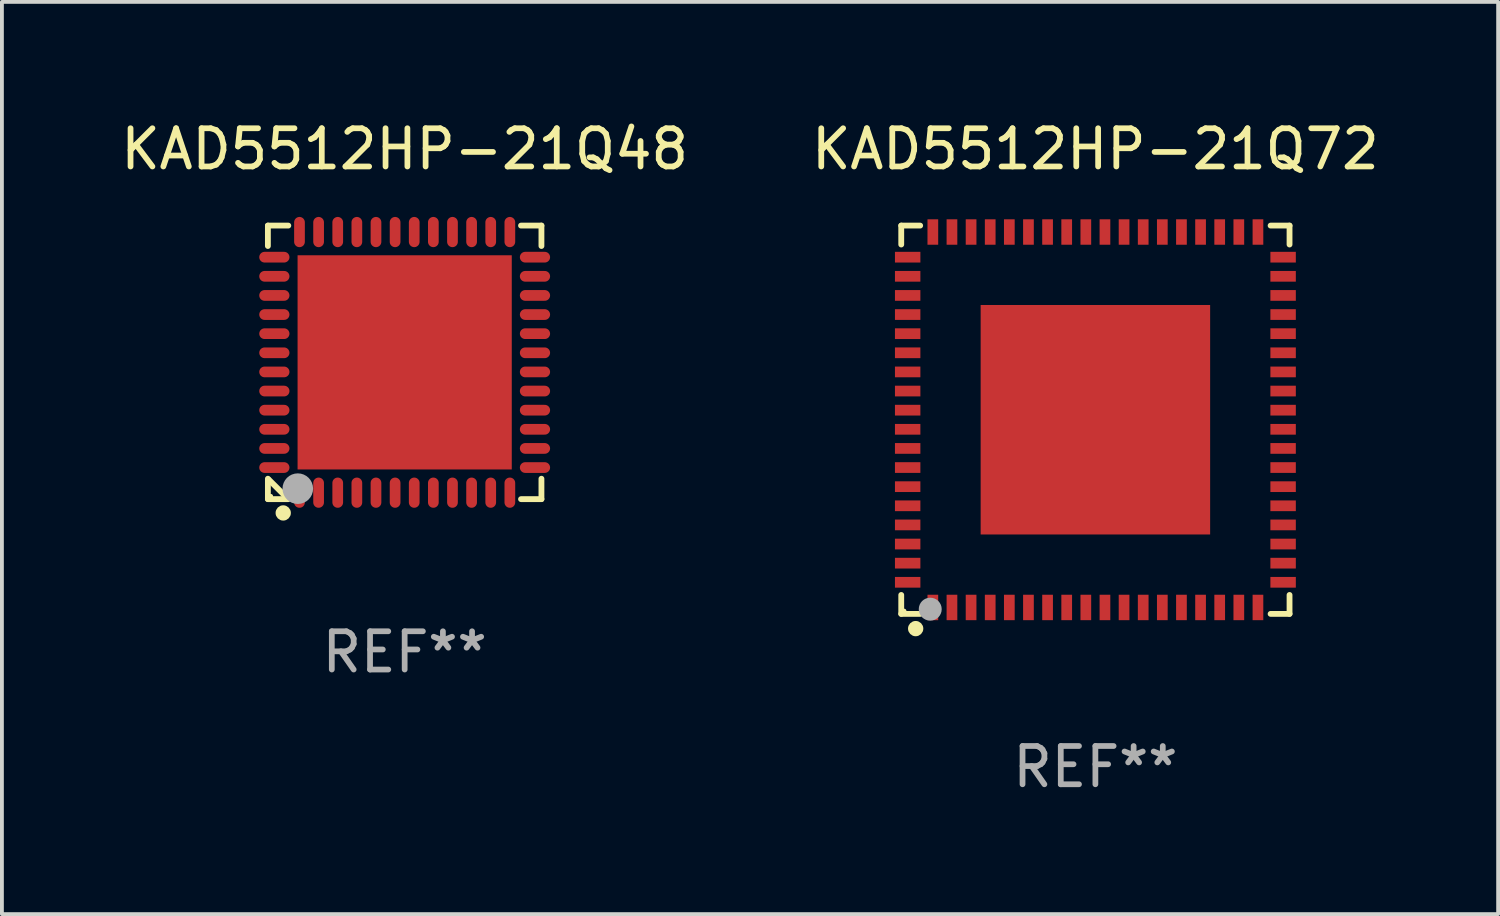
<source format=kicad_pcb>
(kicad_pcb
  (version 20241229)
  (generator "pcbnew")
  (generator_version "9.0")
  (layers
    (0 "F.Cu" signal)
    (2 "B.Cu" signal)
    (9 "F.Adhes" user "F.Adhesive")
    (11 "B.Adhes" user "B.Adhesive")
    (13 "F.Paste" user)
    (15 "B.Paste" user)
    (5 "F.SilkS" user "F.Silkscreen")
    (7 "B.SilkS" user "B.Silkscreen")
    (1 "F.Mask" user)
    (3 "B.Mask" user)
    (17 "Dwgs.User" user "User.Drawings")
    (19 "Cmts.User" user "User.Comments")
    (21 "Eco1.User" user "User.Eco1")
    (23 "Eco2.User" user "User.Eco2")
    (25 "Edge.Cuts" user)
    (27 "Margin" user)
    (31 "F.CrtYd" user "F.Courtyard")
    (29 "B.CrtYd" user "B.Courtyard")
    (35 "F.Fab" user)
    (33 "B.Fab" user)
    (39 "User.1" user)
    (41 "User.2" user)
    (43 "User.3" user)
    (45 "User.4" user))
  (footprint "KAD5512HP-21Q48"
    (layer "F.Cu")
    (at 7.53 6.424)
    (property "Reference" "KAD5512HP-21Q48" (at 0 -5.576 0) (layer "F.SilkS") (effects (font (size 1 1) (thickness 0.15))))
    (attr through_hole)
    (fp_line (start -3.576 -3.576) (end -3.576 -3.042) (stroke (width 0.152) (type solid)) (layer "F.SilkS"))
    (fp_line (start -3.576 3.576) (end -3.576 3.042) (stroke (width 0.152) (type solid)) (layer "F.SilkS"))
    (fp_line (start -3.069 3.549) (end -3.549 3.069) (stroke (width 0.152) (type solid)) (layer "F.SilkS"))
    (fp_line (start -3.042 -3.576) (end -3.576 -3.576) (stroke (width 0.152) (type solid)) (layer "F.SilkS"))
    (fp_line (start -3.042 3.576) (end -3.576 3.576) (stroke (width 0.152) (type solid)) (layer "F.SilkS"))
    (fp_line (start 3.042 -3.576) (end 3.576 -3.576) (stroke (width 0.152) (type solid)) (layer "F.SilkS"))
    (fp_line (start 3.042 3.576) (end 3.576 3.576) (stroke (width 0.152) (type solid)) (layer "F.SilkS"))
    (fp_line (start 3.576 -3.576) (end 3.576 -3.042) (stroke (width 0.152) (type solid)) (layer "F.SilkS"))
    (fp_line (start 3.576 3.576) (end 3.576 3.042) (stroke (width 0.152) (type solid)) (layer "F.SilkS"))
    (fp_circle (center -3.5 3.5) (end -3.47 3.5) (stroke (width 0.06) (type solid)) (fill no) (layer "F.SilkS"))
    (fp_circle (center -3.175 3.937) (end -3.075 3.937) (stroke (width 0.2) (type solid)) (fill no) (layer "F.SilkS"))
    (fp_circle (center -2.794 3.302) (end -2.594 3.302) (stroke (width 0.4) (type solid)) (fill no) (layer "F.Fab"))
    (fp_text user "REF**" (at 0 7.576 0) (layer "F.Fab") (effects (font (size 1 1) (thickness 0.15))))
    (pad "1" smd oval (at -2.75 3.407) (size 0.28 0.79) (layers "F.Cu" "F.Mask" "F.Paste"))
    (pad "2" smd oval (at -2.25 3.407) (size 0.28 0.79) (layers "F.Cu" "F.Mask" "F.Paste"))
    (pad "3" smd oval (at -1.75 3.407) (size 0.28 0.79) (layers "F.Cu" "F.Mask" "F.Paste"))
    (pad "4" smd oval (at -1.25 3.407) (size 0.28 0.79) (layers "F.Cu" "F.Mask" "F.Paste"))
    (pad "5" smd oval (at -0.75 3.407) (size 0.28 0.79) (layers "F.Cu" "F.Mask" "F.Paste"))
    (pad "6" smd oval (at -0.25 3.407) (size 0.28 0.79) (layers "F.Cu" "F.Mask" "F.Paste"))
    (pad "7" smd oval (at 0.25 3.407) (size 0.28 0.79) (layers "F.Cu" "F.Mask" "F.Paste"))
    (pad "8" smd oval (at 0.75 3.407) (size 0.28 0.79) (layers "F.Cu" "F.Mask" "F.Paste"))
    (pad "9" smd oval (at 1.25 3.407) (size 0.28 0.79) (layers "F.Cu" "F.Mask" "F.Paste"))
    (pad "10" smd oval (at 1.75 3.407) (size 0.28 0.79) (layers "F.Cu" "F.Mask" "F.Paste"))
    (pad "11" smd oval (at 2.25 3.407) (size 0.28 0.79) (layers "F.Cu" "F.Mask" "F.Paste"))
    (pad "12" smd oval (at 2.75 3.407) (size 0.28 0.79) (layers "F.Cu" "F.Mask" "F.Paste"))
    (pad "13" smd oval (at 3.407 2.75) (size 0.79 0.28) (layers "F.Cu" "F.Mask" "F.Paste"))
    (pad "14" smd oval (at 3.407 2.25) (size 0.79 0.28) (layers "F.Cu" "F.Mask" "F.Paste"))
    (pad "15" smd oval (at 3.407 1.75) (size 0.79 0.28) (layers "F.Cu" "F.Mask" "F.Paste"))
    (pad "16" smd oval (at 3.407 1.25) (size 0.79 0.28) (layers "F.Cu" "F.Mask" "F.Paste"))
    (pad "17" smd oval (at 3.407 0.75) (size 0.79 0.28) (layers "F.Cu" "F.Mask" "F.Paste"))
    (pad "18" smd oval (at 3.407 0.25) (size 0.79 0.28) (layers "F.Cu" "F.Mask" "F.Paste"))
    (pad "19" smd oval (at 3.407 -0.25) (size 0.79 0.28) (layers "F.Cu" "F.Mask" "F.Paste"))
    (pad "20" smd oval (at 3.407 -0.75) (size 0.79 0.28) (layers "F.Cu" "F.Mask" "F.Paste"))
    (pad "21" smd oval (at 3.407 -1.25) (size 0.79 0.28) (layers "F.Cu" "F.Mask" "F.Paste"))
    (pad "22" smd oval (at 3.407 -1.75) (size 0.79 0.28) (layers "F.Cu" "F.Mask" "F.Paste"))
    (pad "23" smd oval (at 3.407 -2.25) (size 0.79 0.28) (layers "F.Cu" "F.Mask" "F.Paste"))
    (pad "24" smd oval (at 3.407 -2.75) (size 0.79 0.28) (layers "F.Cu" "F.Mask" "F.Paste"))
    (pad "25" smd oval (at 2.75 -3.407) (size 0.28 0.79) (layers "F.Cu" "F.Mask" "F.Paste"))
    (pad "26" smd oval (at 2.25 -3.407) (size 0.28 0.79) (layers "F.Cu" "F.Mask" "F.Paste"))
    (pad "27" smd oval (at 1.75 -3.407) (size 0.28 0.79) (layers "F.Cu" "F.Mask" "F.Paste"))
    (pad "28" smd oval (at 1.25 -3.407) (size 0.28 0.79) (layers "F.Cu" "F.Mask" "F.Paste"))
    (pad "29" smd oval (at 0.75 -3.407) (size 0.28 0.79) (layers "F.Cu" "F.Mask" "F.Paste"))
    (pad "30" smd oval (at 0.25 -3.407) (size 0.28 0.79) (layers "F.Cu" "F.Mask" "F.Paste"))
    (pad "31" smd oval (at -0.25 -3.407) (size 0.28 0.79) (layers "F.Cu" "F.Mask" "F.Paste"))
    (pad "32" smd oval (at -0.75 -3.407) (size 0.28 0.79) (layers "F.Cu" "F.Mask" "F.Paste"))
    (pad "33" smd oval (at -1.25 -3.407) (size 0.28 0.79) (layers "F.Cu" "F.Mask" "F.Paste"))
    (pad "34" smd oval (at -1.75 -3.407) (size 0.28 0.79) (layers "F.Cu" "F.Mask" "F.Paste"))
    (pad "35" smd oval (at -2.25 -3.407) (size 0.28 0.79) (layers "F.Cu" "F.Mask" "F.Paste"))
    (pad "36" smd oval (at -2.75 -3.407) (size 0.28 0.79) (layers "F.Cu" "F.Mask" "F.Paste"))
    (pad "37" smd oval (at -3.407 -2.75) (size 0.79 0.28) (layers "F.Cu" "F.Mask" "F.Paste"))
    (pad "38" smd oval (at -3.407 -2.25) (size 0.79 0.28) (layers "F.Cu" "F.Mask" "F.Paste"))
    (pad "39" smd oval (at -3.407 -1.75) (size 0.79 0.28) (layers "F.Cu" "F.Mask" "F.Paste"))
    (pad "40" smd oval (at -3.407 -1.25) (size 0.79 0.28) (layers "F.Cu" "F.Mask" "F.Paste"))
    (pad "41" smd oval (at -3.407 -0.75) (size 0.79 0.28) (layers "F.Cu" "F.Mask" "F.Paste"))
    (pad "42" smd oval (at -3.407 -0.25) (size 0.79 0.28) (layers "F.Cu" "F.Mask" "F.Paste"))
    (pad "43" smd oval (at -3.407 0.25) (size 0.79 0.28) (layers "F.Cu" "F.Mask" "F.Paste"))
    (pad "44" smd oval (at -3.407 0.75) (size 0.79 0.28) (layers "F.Cu" "F.Mask" "F.Paste"))
    (pad "45" smd oval (at -3.407 1.25) (size 0.79 0.28) (layers "F.Cu" "F.Mask" "F.Paste"))
    (pad "46" smd oval (at -3.407 1.75) (size 0.79 0.28) (layers "F.Cu" "F.Mask" "F.Paste"))
    (pad "47" smd oval (at -3.407 2.25) (size 0.79 0.28) (layers "F.Cu" "F.Mask" "F.Paste"))
    (pad "48" smd oval (at -3.407 2.75) (size 0.79 0.28) (layers "F.Cu" "F.Mask" "F.Paste"))
    (pad "49" smd rect (at 0 0) (size 5.6 5.6) (layers "F.Cu" "F.Mask" "F.Paste")))
  (footprint "KAD5512HP-21Q72"
    (layer "F.Cu")
    (at 25.589 7.924)
    (property "Reference" "KAD5512HP-21Q72" (at 0 -7.076 0) (layer "F.SilkS") (effects (font (size 1 1) (thickness 0.15))))
    (attr through_hole)
    (fp_line (start -5.076 -5.076) (end -4.581 -5.076) (stroke (width 0.152) (type solid)) (layer "F.SilkS"))
    (fp_line (start -5.076 -4.581) (end -5.076 -5.076) (stroke (width 0.152) (type solid)) (layer "F.SilkS"))
    (fp_line (start -5.076 4.581) (end -5.076 5.076) (stroke (width 0.152) (type solid)) (layer "F.SilkS"))
    (fp_line (start -5.076 5.076) (end -4.581 5.076) (stroke (width 0.152) (type solid)) (layer "F.SilkS"))
    (fp_line (start 5.076 -5.076) (end 4.581 -5.076) (stroke (width 0.152) (type solid)) (layer "F.SilkS"))
    (fp_line (start 5.076 -4.581) (end 5.076 -5.076) (stroke (width 0.152) (type solid)) (layer "F.SilkS"))
    (fp_line (start 5.076 4.581) (end 5.076 5.076) (stroke (width 0.152) (type solid)) (layer "F.SilkS"))
    (fp_line (start 5.076 5.076) (end 4.581 5.076) (stroke (width 0.152) (type solid)) (layer "F.SilkS"))
    (fp_circle (center -5 5) (end -4.97 5) (stroke (width 0.06) (type solid)) (fill no) (layer "F.SilkS"))
    (fp_circle (center -4.699 5.461) (end -4.599 5.461) (stroke (width 0.2) (type solid)) (fill no) (layer "F.SilkS"))
    (fp_circle (center -4.318 4.953) (end -4.168 4.953) (stroke (width 0.3) (type solid)) (fill no) (layer "F.Fab"))
    (fp_text user "REF**" (at 0 9.076 0) (layer "F.Fab") (effects (font (size 1 1) (thickness 0.15))))
    (pad "1" smd rect (at -4.25 4.908) (size 0.28 0.665) (layers "F.Cu" "F.Mask" "F.Paste"))
    (pad "2" smd rect (at -3.75 4.908) (size 0.28 0.665) (layers "F.Cu" "F.Mask" "F.Paste"))
    (pad "3" smd rect (at -3.25 4.908) (size 0.28 0.665) (layers "F.Cu" "F.Mask" "F.Paste"))
    (pad "4" smd rect (at -2.75 4.908) (size 0.28 0.665) (layers "F.Cu" "F.Mask" "F.Paste"))
    (pad "5" smd rect (at -2.25 4.908) (size 0.28 0.665) (layers "F.Cu" "F.Mask" "F.Paste"))
    (pad "6" smd rect (at -1.75 4.908) (size 0.28 0.665) (layers "F.Cu" "F.Mask" "F.Paste"))
    (pad "7" smd rect (at -1.25 4.908) (size 0.28 0.665) (layers "F.Cu" "F.Mask" "F.Paste"))
    (pad "8" smd rect (at -0.75 4.908) (size 0.28 0.665) (layers "F.Cu" "F.Mask" "F.Paste"))
    (pad "9" smd rect (at -0.25 4.908) (size 0.28 0.665) (layers "F.Cu" "F.Mask" "F.Paste"))
    (pad "10" smd rect (at 0.25 4.908) (size 0.28 0.665) (layers "F.Cu" "F.Mask" "F.Paste"))
    (pad "11" smd rect (at 0.75 4.908) (size 0.28 0.665) (layers "F.Cu" "F.Mask" "F.Paste"))
    (pad "12" smd rect (at 1.25 4.908) (size 0.28 0.665) (layers "F.Cu" "F.Mask" "F.Paste"))
    (pad "13" smd rect (at 1.75 4.908) (size 0.28 0.665) (layers "F.Cu" "F.Mask" "F.Paste"))
    (pad "14" smd rect (at 2.25 4.908) (size 0.28 0.665) (layers "F.Cu" "F.Mask" "F.Paste"))
    (pad "15" smd rect (at 2.75 4.908) (size 0.28 0.665) (layers "F.Cu" "F.Mask" "F.Paste"))
    (pad "16" smd rect (at 3.25 4.908) (size 0.28 0.665) (layers "F.Cu" "F.Mask" "F.Paste"))
    (pad "17" smd rect (at 3.75 4.908) (size 0.28 0.665) (layers "F.Cu" "F.Mask" "F.Paste"))
    (pad "18" smd rect (at 4.25 4.908) (size 0.28 0.665) (layers "F.Cu" "F.Mask" "F.Paste"))
    (pad "19" smd rect (at 4.908 4.25) (size 0.665 0.28) (layers "F.Cu" "F.Mask" "F.Paste"))
    (pad "20" smd rect (at 4.908 3.75) (size 0.665 0.28) (layers "F.Cu" "F.Mask" "F.Paste"))
    (pad "21" smd rect (at 4.908 3.25) (size 0.665 0.28) (layers "F.Cu" "F.Mask" "F.Paste"))
    (pad "22" smd rect (at 4.908 2.75) (size 0.665 0.28) (layers "F.Cu" "F.Mask" "F.Paste"))
    (pad "23" smd rect (at 4.908 2.25) (size 0.665 0.28) (layers "F.Cu" "F.Mask" "F.Paste"))
    (pad "24" smd rect (at 4.908 1.75) (size 0.665 0.28) (layers "F.Cu" "F.Mask" "F.Paste"))
    (pad "25" smd rect (at 4.908 1.25) (size 0.665 0.28) (layers "F.Cu" "F.Mask" "F.Paste"))
    (pad "26" smd rect (at 4.908 0.75) (size 0.665 0.28) (layers "F.Cu" "F.Mask" "F.Paste"))
    (pad "27" smd rect (at 4.908 0.25) (size 0.665 0.28) (layers "F.Cu" "F.Mask" "F.Paste"))
    (pad "28" smd rect (at 4.908 -0.25) (size 0.665 0.28) (layers "F.Cu" "F.Mask" "F.Paste"))
    (pad "29" smd rect (at 4.908 -0.75) (size 0.665 0.28) (layers "F.Cu" "F.Mask" "F.Paste"))
    (pad "30" smd rect (at 4.908 -1.25) (size 0.665 0.28) (layers "F.Cu" "F.Mask" "F.Paste"))
    (pad "31" smd rect (at 4.908 -1.75) (size 0.665 0.28) (layers "F.Cu" "F.Mask" "F.Paste"))
    (pad "32" smd rect (at 4.908 -2.25) (size 0.665 0.28) (layers "F.Cu" "F.Mask" "F.Paste"))
    (pad "33" smd rect (at 4.908 -2.75) (size 0.665 0.28) (layers "F.Cu" "F.Mask" "F.Paste"))
    (pad "34" smd rect (at 4.908 -3.25) (size 0.665 0.28) (layers "F.Cu" "F.Mask" "F.Paste"))
    (pad "35" smd rect (at 4.908 -3.75) (size 0.665 0.28) (layers "F.Cu" "F.Mask" "F.Paste"))
    (pad "36" smd rect (at 4.908 -4.25) (size 0.665 0.28) (layers "F.Cu" "F.Mask" "F.Paste"))
    (pad "37" smd rect (at 4.25 -4.908) (size 0.28 0.665) (layers "F.Cu" "F.Mask" "F.Paste"))
    (pad "38" smd rect (at 3.75 -4.908) (size 0.28 0.665) (layers "F.Cu" "F.Mask" "F.Paste"))
    (pad "39" smd rect (at 3.25 -4.908) (size 0.28 0.665) (layers "F.Cu" "F.Mask" "F.Paste"))
    (pad "40" smd rect (at 2.75 -4.908) (size 0.28 0.665) (layers "F.Cu" "F.Mask" "F.Paste"))
    (pad "41" smd rect (at 2.25 -4.908) (size 0.28 0.665) (layers "F.Cu" "F.Mask" "F.Paste"))
    (pad "42" smd rect (at 1.75 -4.908) (size 0.28 0.665) (layers "F.Cu" "F.Mask" "F.Paste"))
    (pad "43" smd rect (at 1.25 -4.908) (size 0.28 0.665) (layers "F.Cu" "F.Mask" "F.Paste"))
    (pad "44" smd rect (at 0.75 -4.908) (size 0.28 0.665) (layers "F.Cu" "F.Mask" "F.Paste"))
    (pad "45" smd rect (at 0.25 -4.908) (size 0.28 0.665) (layers "F.Cu" "F.Mask" "F.Paste"))
    (pad "46" smd rect (at -0.25 -4.908) (size 0.28 0.665) (layers "F.Cu" "F.Mask" "F.Paste"))
    (pad "47" smd rect (at -0.75 -4.908) (size 0.28 0.665) (layers "F.Cu" "F.Mask" "F.Paste"))
    (pad "48" smd rect (at -1.25 -4.908) (size 0.28 0.665) (layers "F.Cu" "F.Mask" "F.Paste"))
    (pad "49" smd rect (at -1.75 -4.908) (size 0.28 0.665) (layers "F.Cu" "F.Mask" "F.Paste"))
    (pad "50" smd rect (at -2.25 -4.908) (size 0.28 0.665) (layers "F.Cu" "F.Mask" "F.Paste"))
    (pad "51" smd rect (at -2.75 -4.908) (size 0.28 0.665) (layers "F.Cu" "F.Mask" "F.Paste"))
    (pad "52" smd rect (at -3.25 -4.908) (size 0.28 0.665) (layers "F.Cu" "F.Mask" "F.Paste"))
    (pad "53" smd rect (at -3.75 -4.908) (size 0.28 0.665) (layers "F.Cu" "F.Mask" "F.Paste"))
    (pad "54" smd rect (at -4.25 -4.908) (size 0.28 0.665) (layers "F.Cu" "F.Mask" "F.Paste"))
    (pad "55" smd rect (at -4.908 -4.25) (size 0.665 0.28) (layers "F.Cu" "F.Mask" "F.Paste"))
    (pad "56" smd rect (at -4.908 -3.75) (size 0.665 0.28) (layers "F.Cu" "F.Mask" "F.Paste"))
    (pad "57" smd rect (at -4.908 -3.25) (size 0.665 0.28) (layers "F.Cu" "F.Mask" "F.Paste"))
    (pad "58" smd rect (at -4.908 -2.75) (size 0.665 0.28) (layers "F.Cu" "F.Mask" "F.Paste"))
    (pad "59" smd rect (at -4.908 -2.25) (size 0.665 0.28) (layers "F.Cu" "F.Mask" "F.Paste"))
    (pad "60" smd rect (at -4.908 -1.75) (size 0.665 0.28) (layers "F.Cu" "F.Mask" "F.Paste"))
    (pad "61" smd rect (at -4.908 -1.25) (size 0.665 0.28) (layers "F.Cu" "F.Mask" "F.Paste"))
    (pad "62" smd rect (at -4.908 -0.75) (size 0.665 0.28) (layers "F.Cu" "F.Mask" "F.Paste"))
    (pad "63" smd rect (at -4.908 -0.25) (size 0.665 0.28) (layers "F.Cu" "F.Mask" "F.Paste"))
    (pad "64" smd rect (at -4.908 0.25) (size 0.665 0.28) (layers "F.Cu" "F.Mask" "F.Paste"))
    (pad "65" smd rect (at -4.908 0.75) (size 0.665 0.28) (layers "F.Cu" "F.Mask" "F.Paste"))
    (pad "66" smd rect (at -4.908 1.25) (size 0.665 0.28) (layers "F.Cu" "F.Mask" "F.Paste"))
    (pad "67" smd rect (at -4.908 1.75) (size 0.665 0.28) (layers "F.Cu" "F.Mask" "F.Paste"))
    (pad "68" smd rect (at -4.908 2.25) (size 0.665 0.28) (layers "F.Cu" "F.Mask" "F.Paste"))
    (pad "69" smd rect (at -4.908 2.75) (size 0.665 0.28) (layers "F.Cu" "F.Mask" "F.Paste"))
    (pad "70" smd rect (at -4.908 3.25) (size 0.665 0.28) (layers "F.Cu" "F.Mask" "F.Paste"))
    (pad "71" smd rect (at -4.908 3.75) (size 0.665 0.28) (layers "F.Cu" "F.Mask" "F.Paste"))
    (pad "72" smd rect (at -4.908 4.25) (size 0.665 0.28) (layers "F.Cu" "F.Mask" "F.Paste"))
    (pad "73" smd rect (at 0 0) (size 6 6) (layers "F.Cu" "F.Mask" "F.Paste")))
  (gr_rect
    (start -3 -3)
    (end 36.119 20.849)
    (stroke (width 0.1) (type default))
    (fill no)
    (layer "Edge.Cuts")))
</source>
